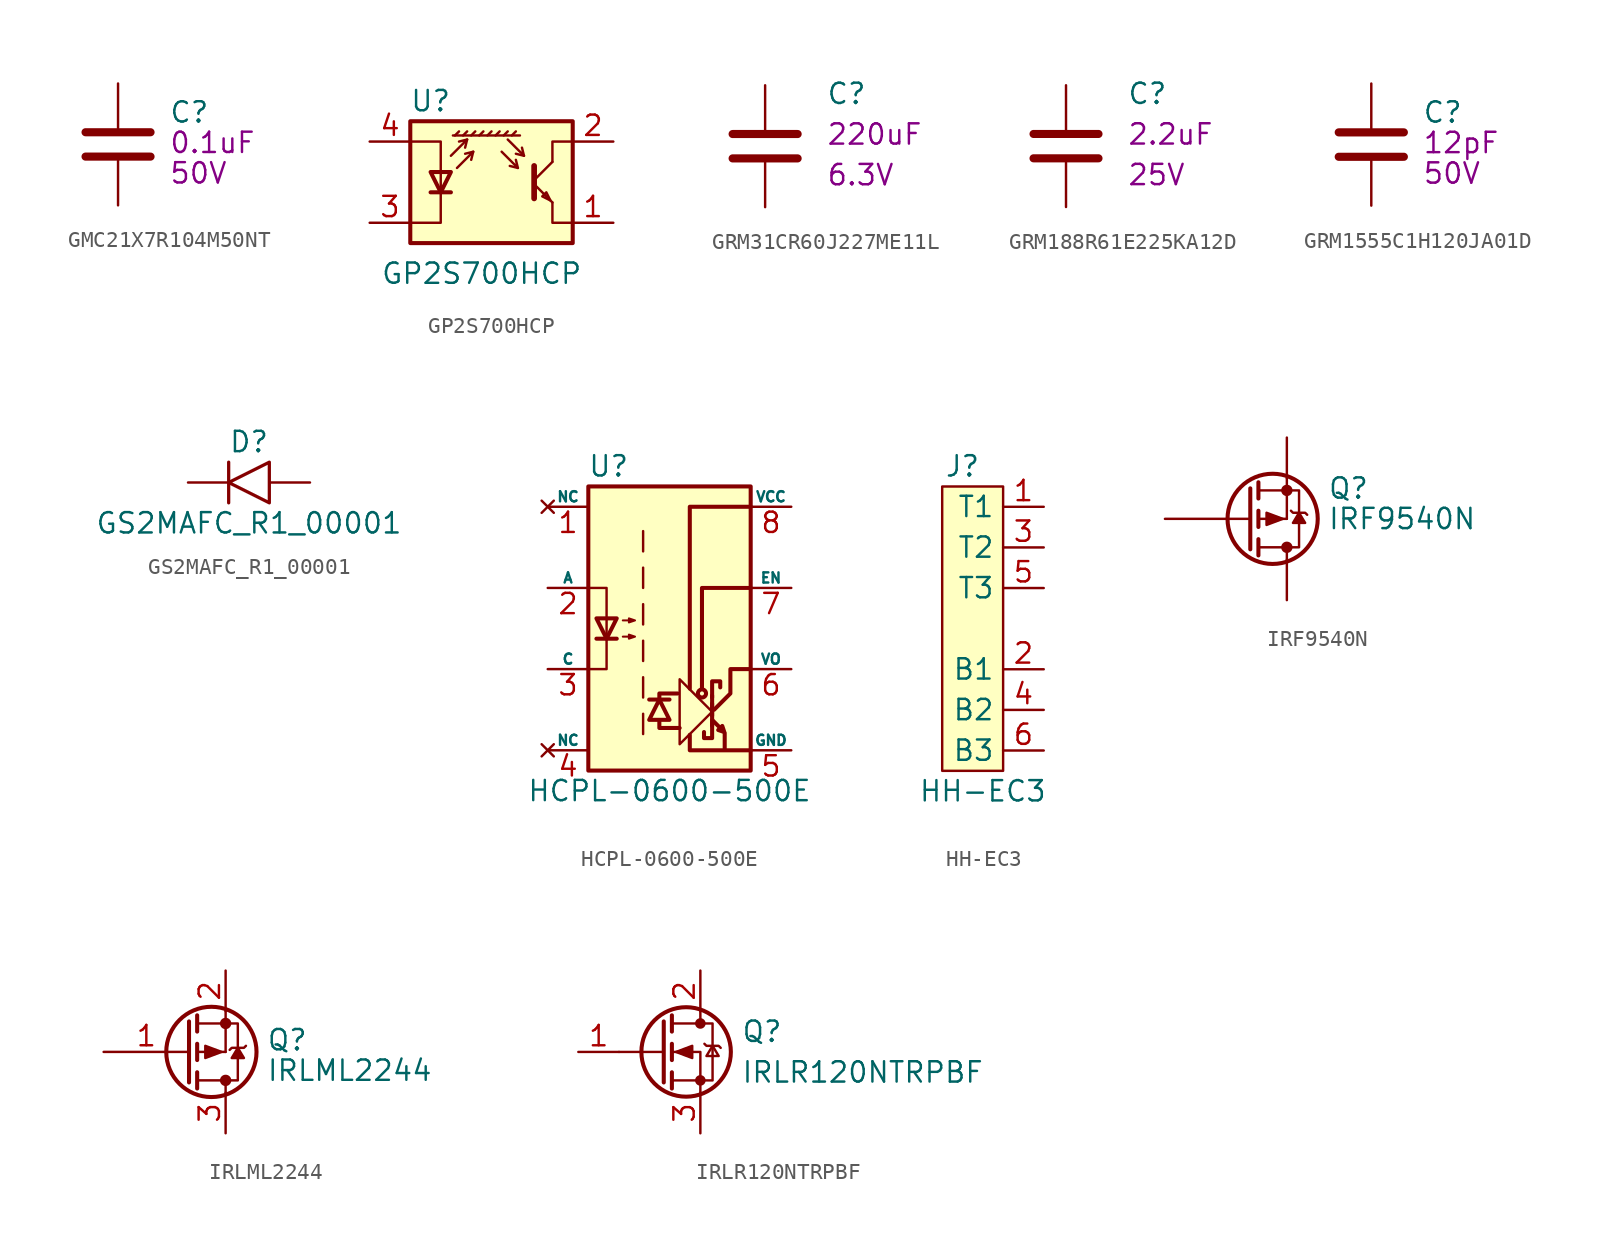
<source format=kicad_sym>
(kicad_symbol_lib
  (version 20210619)
  (generator kicad_symbol_editor)
  (symbol "custom:GMC21X7R104M50NT"
    (pin_numbers hide)
    (pin_names
      (offset 0) hide)
    (property "Reference" "C"
      (at 3.175 1.27 0)
      (effects (font (size 1.27 1.27)) (justify left bottom)))
    (property "Capacitance" "0.1uF"
      (at 3.175 -0.635 0)
      (effects (font (size 1.27 1.27)) (justify left bottom)))
    (property "RATING" "50V"
      (at 3.175 -2.54 0)
      (effects (font (size 1.27 1.27)) (justify left bottom)))
    (symbol "GMC21X7R104M50NT_0_1"
      (polyline (pts (xy -2.032 -0.762) (xy 2.032 -0.762)) (stroke (width 0.508)) (fill (type none)))
      (polyline (pts (xy -2.032 0.762) (xy 2.032 0.762)) (stroke (width 0.508)) (fill (type none))))
    (symbol "GMC21X7R104M50NT_1_1"
      (pin passive line (at 0 3.81 270) (length 2.794) (name "~" (effects (font (size 1.27 1.27)))) (number "1" (effects (font (size 1.27 1.27)))))
      (pin passive line (at 0 -3.81 90) (length 2.794) (name "~" (effects (font (size 1.27 1.27)))) (number "2" (effects (font (size 1.27 1.27)))))))
  (symbol "custom:GP2S700HCP"
    (pin_names
      (offset 0.025) hide)
    (property "Reference" "U"
      (at -3.81 5.08 0)
      (effects (font (size 1.27 1.27))))
    (property "Value" "GP2S700HCP"
      (at 5.715 -5.715 0)
      (effects (font (size 1.27 1.27)) (justify right)))
    (symbol "GP2S700HCP_0_1"
      (polyline (pts (xy -3.81 -0.635) (xy -2.54 -0.635)) (stroke (width 0.254)) (fill (type none)))
      (polyline (pts (xy -2.286 2.921) (xy -2.032 3.175)) (stroke (width 0)) (fill (type none)))
      (polyline (pts (xy -1.778 2.921) (xy -1.524 3.175)) (stroke (width 0)) (fill (type none)))
      (polyline (pts (xy -1.524 2.667) (xy -1.651 2.159)) (stroke (width 0)) (fill (type none)))
      (polyline (pts (xy -1.27 2.921) (xy -1.016 3.175)) (stroke (width 0)) (fill (type none)))
      (polyline (pts (xy -1.143 1.905) (xy -1.27 1.397)) (stroke (width 0)) (fill (type none)))
      (polyline (pts (xy -0.762 2.921) (xy -0.508 3.175)) (stroke (width 0)) (fill (type none)))
      (polyline (pts (xy -0.254 2.921) (xy 0 3.175)) (stroke (width 0)) (fill (type none)))
      (polyline (pts (xy 0.254 2.921) (xy 0.508 3.175)) (stroke (width 0)) (fill (type none)))
      (polyline (pts (xy 0.762 2.921) (xy 1.016 3.175)) (stroke (width 0)) (fill (type none)))
      (polyline (pts (xy 1.27 2.921) (xy 1.524 3.175)) (stroke (width 0)) (fill (type none)))
      (polyline (pts (xy 1.651 0.889) (xy 1.143 1.016)) (stroke (width 0)) (fill (type none)))
      (polyline (pts (xy 1.778 2.921) (xy -2.413 2.921)) (stroke (width 0)) (fill (type none)))
      (polyline (pts (xy 2.032 1.651) (xy 1.524 1.778)) (stroke (width 0)) (fill (type none)))
      (polyline (pts (xy 2.667 -0.127) (xy 3.81 -1.27)) (stroke (width 0)) (fill (type none)))
      (polyline (pts (xy 2.667 0.127) (xy 3.81 1.27)) (stroke (width 0)) (fill (type none)))
      (polyline (pts (xy -2.54 1.651) (xy -1.524 2.667) (xy -2.032 2.54)) (stroke (width 0)) (fill (type none)))
      (polyline (pts (xy -2.159 0.889) (xy -1.143 1.905) (xy -1.651 1.778)) (stroke (width 0)) (fill (type none)))
      (polyline (pts (xy 0.635 1.905) (xy 1.651 0.889) (xy 1.524 1.397)) (stroke (width 0)) (fill (type none)))
      (polyline (pts (xy 1.016 2.667) (xy 2.032 1.651) (xy 1.905 2.159)) (stroke (width 0)) (fill (type none)))
      (polyline (pts (xy 2.667 1.016) (xy 2.667 -1.016) (xy 2.667 -1.016)) (stroke (width 0.356)) (fill (type none)))
      (polyline (pts (xy 3.81 -1.27) (xy 3.81 -2.54) (xy 5.08 -2.54)) (stroke (width 0)) (fill (type none)))
      (polyline (pts (xy 3.81 1.27) (xy 3.81 2.54) (xy 5.08 2.54)) (stroke (width 0)) (fill (type none)))
      (polyline (pts (xy -5.08 -2.54) (xy -3.175 -2.54) (xy -3.175 2.54) (xy -5.08 2.54)) (stroke (width 0)) (fill (type none)))
      (polyline (pts (xy -3.175 -0.635) (xy -3.81 0.635) (xy -2.54 0.635) (xy -3.175 -0.635)) (stroke (width 0.254)) (fill (type none)))
      (polyline (pts (xy 3.683 -1.143) (xy 3.429 -0.635) (xy 3.175 -0.889) (xy 3.683 -1.143)) (stroke (width 0)) (fill (type none)))
      (polyline (pts (xy -5.08 -3.81) (xy 5.08 -3.81) (xy 5.08 3.81) (xy -5.08 3.81) (xy -5.08 -3.81)) (stroke (width 0.254)) (fill (type background))))
    (symbol "GP2S700HCP_1_1"
      (pin open_emitter line (at 7.62 -2.54 180) (length 2.54) (name "E" (effects (font (size 1.27 1.27)))) (number "1" (effects (font (size 1.27 1.27)))))
      (pin open_collector line (at 7.62 2.54 180) (length 2.54) (name "C" (effects (font (size 1.27 1.27)))) (number "2" (effects (font (size 1.27 1.27)))))
      (pin passive line (at -7.62 -2.54 0) (length 2.54) (name "K" (effects (font (size 1.27 1.27)))) (number "3" (effects (font (size 1.27 1.27)))))
      (pin passive line (at -7.62 2.54 0) (length 2.54) (name "A" (effects (font (size 1.27 1.27)))) (number "4" (effects (font (size 1.27 1.27)))))))
  (symbol "custom:GRM31CR60J227ME11L"
    (pin_numbers hide)
    (pin_names
      (offset 0) hide)
    (property "Reference" "C"
      (at 3.81 2.54 0)
      (effects (font (size 1.27 1.27)) (justify left bottom)))
    (property "Capacitance" "220uF"
      (at 3.81 0 0)
      (effects (font (size 1.27 1.27)) (justify left bottom)))
    (property "Rating" "6.3V"
      (at 3.81 -2.54 0)
      (effects (font (size 1.27 1.27)) (justify left bottom)))
    (symbol "GRM31CR60J227ME11L_0_1"
      (polyline (pts (xy -2.032 -0.762) (xy 2.032 -0.762)) (stroke (width 0.508)) (fill (type none)))
      (polyline (pts (xy -2.032 0.762) (xy 2.032 0.762)) (stroke (width 0.508)) (fill (type none))))
    (symbol "GRM31CR60J227ME11L_1_1"
      (pin passive line (at 0 3.81 270) (length 2.794) (name "~" (effects (font (size 1.27 1.27)))) (number "1" (effects (font (size 1.27 1.27)))))
      (pin passive line (at 0 -3.81 90) (length 2.794) (name "~" (effects (font (size 1.27 1.27)))) (number "2" (effects (font (size 1.27 1.27)))))))
  (symbol "custom:GRM188R61E225KA12D"
    (pin_numbers hide)
    (pin_names
      (offset 0) hide)
    (property "Reference" "C"
      (at 3.81 2.54 0)
      (effects (font (size 1.27 1.27)) (justify left bottom)))
    (property "Capacitance" "2.2uF"
      (at 3.81 0 0)
      (effects (font (size 1.27 1.27)) (justify left bottom)))
    (property "Rating" "25V"
      (at 3.81 -2.54 0)
      (effects (font (size 1.27 1.27)) (justify left bottom)))
    (symbol "GRM188R61E225KA12D_0_1"
      (polyline (pts (xy -2.032 -0.762) (xy 2.032 -0.762)) (stroke (width 0.508)) (fill (type none)))
      (polyline (pts (xy -2.032 0.762) (xy 2.032 0.762)) (stroke (width 0.508)) (fill (type none))))
    (symbol "GRM188R61E225KA12D_1_1"
      (pin passive line (at 0 3.81 270) (length 2.794) (name "~" (effects (font (size 1.27 1.27)))) (number "1" (effects (font (size 1.27 1.27)))))
      (pin passive line (at 0 -3.81 90) (length 2.794) (name "~" (effects (font (size 1.27 1.27)))) (number "2" (effects (font (size 1.27 1.27)))))))
  (symbol "custom:GRM1555C1H120JA01D"
    (pin_numbers hide)
    (pin_names
      (offset 0) hide)
    (property "Reference" "C"
      (at 3.175 1.27 0)
      (effects (font (size 1.27 1.27)) (justify left bottom)))
    (property "Capacitance" "12pF"
      (at 3.175 -0.635 0)
      (effects (font (size 1.27 1.27)) (justify left bottom)))
    (property "RATING" "50V"
      (at 3.175 -2.54 0)
      (effects (font (size 1.27 1.27)) (justify left bottom)))
    (symbol "GRM1555C1H120JA01D_0_1"
      (polyline (pts (xy -2.032 -0.762) (xy 2.032 -0.762)) (stroke (width 0.508)) (fill (type none)))
      (polyline (pts (xy -2.032 0.762) (xy 2.032 0.762)) (stroke (width 0.508)) (fill (type none))))
    (symbol "GRM1555C1H120JA01D_1_1"
      (pin passive line (at 0 3.81 270) (length 2.794) (name "~" (effects (font (size 1.27 1.27)))) (number "1" (effects (font (size 1.27 1.27)))))
      (pin passive line (at 0 -3.81 90) (length 2.794) (name "~" (effects (font (size 1.27 1.27)))) (number "2" (effects (font (size 1.27 1.27)))))))
  (symbol "custom:GS2MAFC_R1_00001"
    (pin_numbers hide)
    (pin_names
      (offset 1.016) hide)
    (property "Reference" "D"
      (at 0 2.54 0)
      (effects (font (size 1.27 1.27))))
    (property "Value" "GS2MAFC_R1_00001"
      (at 0 -2.54 0)
      (effects (font (size 1.27 1.27))))
    (symbol "GS2MAFC_R1_00001_0_1"
      (polyline (pts (xy -1.27 1.27) (xy -1.27 -1.27)) (stroke (width 0.203)) (fill (type none)))
      (polyline (pts (xy 1.27 1.27) (xy 1.27 -1.27) (xy -1.27 0) (xy 1.27 1.27)) (stroke (width 0.203)) (fill (type none))))
    (symbol "GS2MAFC_R1_00001_1_1"
      (pin passive line (at -3.81 0 0) (length 2.54) (name "K" (effects (font (size 1.27 1.27)))) (number "1" (effects (font (size 1.27 1.27)))))
      (pin passive line (at 3.81 0 180) (length 2.54) (name "A" (effects (font (size 1.27 1.27)))) (number "2" (effects (font (size 1.27 1.27)))))))
  (symbol "custom:HCPL-0600-500E"
    (pin_names
      (offset 0))
    (property "Reference" "U"
      (at -3.81 10.16 0)
      (effects (font (size 1.27 1.27))))
    (property "Value" "HCPL-0600-500E"
      (at 0 -10.16 0)
      (effects (font (size 1.27 1.27))))
    (symbol "HCPL-0600-500E_0_1"
      (circle (center 2.032 -4.064) (radius 0.254) (stroke (width 0.254)) (fill (type none)))
      (polyline (pts (xy 2.667 -6.096) (xy 2.667 -4.191)) (stroke (width 0.254)) (fill (type none)))
      (polyline (pts (xy 2.667 -4.699) (xy 2.667 -5.461)) (stroke (width 0.254)) (fill (type none)))
      (polyline (pts (xy 3.454 -6.553) (xy 3.454 -7.569)) (stroke (width 0.254)) (fill (type none)))
      (polyline (pts (xy -0.635 -5.842) (xy -0.635 -6.223) (xy 0.635 -6.223)) (stroke (width 0.254)) (fill (type none)))
      (polyline (pts (xy -0.635 -4.445) (xy -0.635 -4.064) (xy 0.508 -4.064)) (stroke (width 0.254)) (fill (type none)))
      (polyline (pts (xy 1.27 -6.655) (xy 1.27 -7.62) (xy 5.08 -7.62)) (stroke (width 0.254)) (fill (type none)))
      (polyline (pts (xy 1.27 -3.759) (xy 1.27 7.62) (xy 5.08 7.62)) (stroke (width 0.254)) (fill (type none)))
      (polyline (pts (xy 2.032 -3.759) (xy 2.032 2.54) (xy 5.08 2.54)) (stroke (width 0.254)) (fill (type none)))
      (polyline (pts (xy -5.08 -2.54) (xy -3.937 -2.54) (xy -3.937 2.54) (xy -5.08 2.54)) (stroke (width 0)) (fill (type none)))
      (polyline (pts (xy 2.667 -5.842) (xy 2.667 -6.858) (xy 2.159 -6.858) (xy 2.159 -6.477)) (stroke (width 0.254)) (fill (type none)))
      (polyline (pts (xy 2.667 -5.207) (xy 0.635 -7.239) (xy 0.635 -3.175) (xy 2.667 -5.207)) (stroke (width 0)) (fill (type none)))
      (polyline (pts (xy 2.667 -4.318) (xy 2.667 -3.302) (xy 3.175 -3.302) (xy 3.175 -3.683)) (stroke (width 0.254)) (fill (type none)))
      (polyline (pts (xy 2.794 -5.08) (xy 3.81 -4.064) (xy 3.81 -2.54) (xy 5.08 -2.54)) (stroke (width 0.254)) (fill (type none)))
      (polyline (pts (xy 2.667 -5.715) (xy 3.429 -6.477) (xy 3.302 -6.096) (xy 3.048 -6.35) (xy 3.429 -6.477)) (stroke (width 0.254)) (fill (type none))))
    (symbol "HCPL-0600-500E_1_1"
      (rectangle (start -5.08 8.89) (end 5.08 -8.89) (stroke (width 0.254)) (fill (type background)))
      (polyline (pts (xy -4.572 -0.635) (xy -3.302 -0.635)) (stroke (width 0.254)) (fill (type none)))
      (polyline (pts (xy -1.651 -5.334) (xy -1.651 -6.604)) (stroke (width 0)) (fill (type none)))
      (polyline (pts (xy -1.651 -3.048) (xy -1.651 -4.318)) (stroke (width 0)) (fill (type none)))
      (polyline (pts (xy -1.651 -0.762) (xy -1.651 -2.032)) (stroke (width 0)) (fill (type none)))
      (polyline (pts (xy -1.651 1.524) (xy -1.651 0.254)) (stroke (width 0)) (fill (type none)))
      (polyline (pts (xy -1.651 3.81) (xy -1.651 2.54)) (stroke (width 0)) (fill (type none)))
      (polyline (pts (xy -1.651 6.096) (xy -1.651 4.826)) (stroke (width 0)) (fill (type none)))
      (polyline (pts (xy -1.27 -4.445) (xy 0 -4.445)) (stroke (width 0.254)) (fill (type none)))
      (polyline (pts (xy -3.937 -0.635) (xy -4.572 0.635) (xy -3.302 0.635) (xy -3.937 -0.635)) (stroke (width 0.254)) (fill (type none)))
      (polyline (pts (xy -0.635 -4.445) (xy -1.27 -5.715) (xy 0 -5.715) (xy -0.635 -4.445)) (stroke (width 0.254)) (fill (type none)))
      (polyline (pts (xy -2.921 -0.508) (xy -2.159 -0.508) (xy -2.54 -0.635) (xy -2.54 -0.381) (xy -2.159 -0.508)) (stroke (width 0.127)) (fill (type none)))
      (polyline (pts (xy -2.921 0.508) (xy -2.159 0.508) (xy -2.54 0.381) (xy -2.54 0.635) (xy -2.159 0.508)) (stroke (width 0.127)) (fill (type none)))
      (pin no_connect line (at -7.62 7.62 0) (length 2.54) (name "NC" (effects (font (size 0.635 0.635)))) (number "1" (effects (font (size 1.27 1.27)))))
      (pin passive line (at -7.62 2.54 0) (length 2.54) (name "A" (effects (font (size 0.635 0.635)))) (number "2" (effects (font (size 1.27 1.27)))))
      (pin passive line (at -7.62 -2.54 0) (length 2.54) (name "C" (effects (font (size 0.635 0.635)))) (number "3" (effects (font (size 1.27 1.27)))))
      (pin no_connect line (at -7.62 -7.62 0) (length 2.54) (name "NC" (effects (font (size 0.635 0.635)))) (number "4" (effects (font (size 1.27 1.27)))))
      (pin power_in line (at 7.62 -7.62 180) (length 2.54) (name "GND" (effects (font (size 0.635 0.635)))) (number "5" (effects (font (size 1.27 1.27)))))
      (pin open_collector line (at 7.62 -2.54 180) (length 2.54) (name "VO" (effects (font (size 0.635 0.635)))) (number "6" (effects (font (size 1.27 1.27)))))
      (pin input line (at 7.62 2.54 180) (length 2.54) (name "EN" (effects (font (size 0.635 0.635)))) (number "7" (effects (font (size 1.27 1.27)))))
      (pin power_in line (at 7.62 7.62 180) (length 2.54) (name "VCC" (effects (font (size 0.635 0.635)))) (number "8" (effects (font (size 1.27 1.27)))))))
  (symbol "custom:HH-EC3"
    (property "Reference" "J"
      (at -5.08 10.16 0)
      (effects (font (size 1.27 1.27))))
    (property "Value" "HH-EC3"
      (at -3.81 -10.16 0)
      (effects (font (size 1.27 1.27))))
    (symbol "HH-EC3_0_1"
      (rectangle (start -2.54 -8.89) (end -6.35 8.89) (stroke (width 0.152)) (fill (type background))))
    (symbol "HH-EC3_1_1"
      (pin unspecified line (at 0 7.62 180) (length 2.54) (name "T1" (effects (font (size 1.27 1.27)))) (number "1" (effects (font (size 1.27 1.27)))))
      (pin unspecified line (at 0 -2.54 180) (length 2.54) (name "B1" (effects (font (size 1.27 1.27)))) (number "2" (effects (font (size 1.27 1.27)))))
      (pin unspecified line (at 0 5.08 180) (length 2.54) (name "T2" (effects (font (size 1.27 1.27)))) (number "3" (effects (font (size 1.27 1.27)))))
      (pin unspecified line (at 0 -5.08 180) (length 2.54) (name "B2" (effects (font (size 1.27 1.27)))) (number "4" (effects (font (size 1.27 1.27)))))
      (pin unspecified line (at 0 2.54 180) (length 2.54) (name "T3" (effects (font (size 1.27 1.27)))) (number "5" (effects (font (size 1.27 1.27)))))
      (pin unspecified line (at 0 -7.62 180) (length 2.54) (name "B3" (effects (font (size 1.27 1.27)))) (number "6" (effects (font (size 1.27 1.27)))))))
  (symbol "custom:IRF9540N"
    (pin_numbers hide)
    (pin_names
      (offset 0) hide)
    (property "Reference" "Q"
      (at 5.08 1.905 0)
      (effects (font (size 1.27 1.27)) (justify left)))
    (property "Value" "IRF9540N"
      (at 5.08 0 0)
      (effects (font (size 1.27 1.27)) (justify left)))
    (symbol "IRF9540N_0_1"
      (circle (center 1.651 0) (radius 2.819) (stroke (width 0.254)) (fill (type none)))
      (circle (center 2.54 -1.778) (radius 0.279) (stroke (width 0)) (fill (type outline)))
      (circle (center 2.54 1.778) (radius 0.279) (stroke (width 0)) (fill (type outline)))
      (polyline (pts (xy 0.762 -1.778) (xy 2.54 -1.778)) (stroke (width 0)) (fill (type none)))
      (polyline (pts (xy 0.762 -1.27) (xy 0.762 -2.286)) (stroke (width 0.254)) (fill (type none)))
      (polyline (pts (xy 0.762 0) (xy 2.54 0)) (stroke (width 0)) (fill (type none)))
      (polyline (pts (xy 0.762 0.508) (xy 0.762 -0.508)) (stroke (width 0.254)) (fill (type none)))
      (polyline (pts (xy 0.762 1.778) (xy 2.54 1.778)) (stroke (width 0)) (fill (type none)))
      (polyline (pts (xy 0.762 2.286) (xy 0.762 1.27)) (stroke (width 0.254)) (fill (type none)))
      (polyline (pts (xy 2.54 -1.778) (xy 2.54 -2.54)) (stroke (width 0)) (fill (type none)))
      (polyline (pts (xy 2.54 0) (xy 2.54 1.778)) (stroke (width 0)) (fill (type none)))
      (polyline (pts (xy 2.54 2.54) (xy 2.54 1.778)) (stroke (width 0)) (fill (type none)))
      (polyline (pts (xy 0.254 1.905) (xy 0.254 -1.905) (xy 0.254 -1.905)) (stroke (width 0.254)) (fill (type none)))
      (polyline (pts (xy 2.54 -1.778) (xy 3.302 -1.778) (xy 3.302 1.778) (xy 2.54 1.778)) (stroke (width 0)) (fill (type none)))
      (polyline (pts (xy 3.81 0.254) (xy 3.683 0.381) (xy 2.921 0.381) (xy 2.794 0.508)) (stroke (width 0)) (fill (type none)))
      (polyline (pts (xy 2.286 0) (xy 1.27 -0.381) (xy 1.27 0.381) (xy 2.286 0)) (stroke (width 0)) (fill (type outline)))
      (polyline (pts (xy 3.302 0.381) (xy 2.921 -0.254) (xy 3.683 -0.254) (xy 3.302 0.381)) (stroke (width 0)) (fill (type outline))))
    (symbol "IRF9540N_1_1"
      (pin input line (at -5.08 0 0) (length 5.334) (name "G" (effects (font (size 1.27 1.27)))) (number "1" (effects (font (size 1.27 1.27)))))
      (pin passive line (at 2.54 -5.08 90) (length 2.54) (name "D" (effects (font (size 1.27 1.27)))) (number "2" (effects (font (size 1.27 1.27)))))
      (pin passive line (at 2.54 5.08 270) (length 2.54) (name "S" (effects (font (size 1.27 1.27)))) (number "3" (effects (font (size 1.27 1.27)))))
      (pin passive line (at 2.54 -5.08 90) (length 2.54) hide (name "D" (effects (font (size 1.27 1.27)))) (number "4" (effects (font (size 1.27 1.27)))))))
  (symbol "custom:IRLML2244"
    (pin_names
      (offset 0) hide)
    (property "Reference" "Q"
      (at 5.08 0 0)
      (effects (font (size 1.27 1.27)) (justify left bottom)))
    (property "Value" "IRLML2244"
      (at 5.08 -1.905 0)
      (effects (font (size 1.27 1.27)) (justify left bottom)))
    (symbol "IRLML2244_0_1"
      (circle (center 1.651 0) (radius 2.819) (stroke (width 0.254)) (fill (type none)))
      (circle (center 2.54 -1.778) (radius 0.279) (stroke (width 0)) (fill (type outline)))
      (circle (center 2.54 1.778) (radius 0.279) (stroke (width 0)) (fill (type outline)))
      (polyline (pts (xy 0.762 -1.778) (xy 2.54 -1.778)) (stroke (width 0)) (fill (type none)))
      (polyline (pts (xy 0.762 -1.27) (xy 0.762 -2.286)) (stroke (width 0.254)) (fill (type none)))
      (polyline (pts (xy 0.762 0) (xy 2.54 0)) (stroke (width 0)) (fill (type none)))
      (polyline (pts (xy 0.762 0.508) (xy 0.762 -0.508)) (stroke (width 0.254)) (fill (type none)))
      (polyline (pts (xy 0.762 1.778) (xy 2.54 1.778)) (stroke (width 0)) (fill (type none)))
      (polyline (pts (xy 0.762 2.286) (xy 0.762 1.27)) (stroke (width 0.254)) (fill (type none)))
      (polyline (pts (xy 2.54 -1.778) (xy 2.54 -2.54)) (stroke (width 0)) (fill (type none)))
      (polyline (pts (xy 2.54 0) (xy 2.54 1.778)) (stroke (width 0)) (fill (type none)))
      (polyline (pts (xy 2.54 2.54) (xy 2.54 1.778)) (stroke (width 0)) (fill (type none)))
      (polyline (pts (xy 0.254 1.905) (xy 0.254 -1.905) (xy 0.254 -1.905)) (stroke (width 0.254)) (fill (type none)))
      (polyline (pts (xy 2.54 -1.778) (xy 3.302 -1.778) (xy 3.302 1.778) (xy 2.54 1.778)) (stroke (width 0)) (fill (type none)))
      (polyline (pts (xy 2.794 0.127) (xy 2.921 0.254) (xy 3.683 0.254) (xy 3.81 0.381)) (stroke (width 0)) (fill (type none)))
      (polyline (pts (xy 2.286 0) (xy 1.27 -0.381) (xy 1.27 0.381) (xy 2.286 0)) (stroke (width 0)) (fill (type outline)))
      (polyline (pts (xy 3.302 0.254) (xy 2.921 -0.381) (xy 3.683 -0.381) (xy 3.302 0.254)) (stroke (width 0)) (fill (type outline))))
    (symbol "IRLML2244_1_1"
      (pin input line (at -5.08 0 0) (length 5.334) (name "G" (effects (font (size 1.27 1.27)))) (number "1" (effects (font (size 1.27 1.27)))))
      (pin passive line (at 2.54 5.08 270) (length 2.54) (name "S" (effects (font (size 1.27 1.27)))) (number "2" (effects (font (size 1.27 1.27)))))
      (pin passive line (at 2.54 -5.08 90) (length 2.54) (name "D" (effects (font (size 1.27 1.27)))) (number "3" (effects (font (size 1.27 1.27)))))))
  (symbol "custom:IRLR120NTRPBF"
    (pin_names
      (offset 0) hide)
    (property "Reference" "Q"
      (at 5.08 1.27 0)
      (effects (font (size 1.27 1.27)) (justify left)))
    (property "Value" "IRLR120NTRPBF"
      (at 5.08 -1.27 0)
      (effects (font (size 1.27 1.27)) (justify left)))
    (symbol "IRLR120NTRPBF_0_1"
      (circle (center 1.651 0) (radius 2.794) (stroke (width 0.254)) (fill (type none)))
      (circle (center 2.54 -1.778) (radius 0.254) (stroke (width 0)) (fill (type outline)))
      (circle (center 2.54 1.778) (radius 0.254) (stroke (width 0)) (fill (type outline)))
      (polyline (pts (xy 0.254 0) (xy -2.54 0)) (stroke (width 0)) (fill (type none)))
      (polyline (pts (xy 0.254 1.905) (xy 0.254 -1.905)) (stroke (width 0.254)) (fill (type none)))
      (polyline (pts (xy 0.762 -1.27) (xy 0.762 -2.286)) (stroke (width 0.254)) (fill (type none)))
      (polyline (pts (xy 0.762 0.508) (xy 0.762 -0.508)) (stroke (width 0.254)) (fill (type none)))
      (polyline (pts (xy 0.762 2.286) (xy 0.762 1.27)) (stroke (width 0.254)) (fill (type none)))
      (polyline (pts (xy 2.54 2.54) (xy 2.54 1.778)) (stroke (width 0)) (fill (type none)))
      (polyline (pts (xy 2.54 -2.54) (xy 2.54 0) (xy 0.762 0)) (stroke (width 0)) (fill (type none)))
      (polyline (pts (xy 0.762 -1.778) (xy 3.302 -1.778) (xy 3.302 1.778) (xy 0.762 1.778)) (stroke (width 0)) (fill (type none)))
      (polyline (pts (xy 2.794 0.508) (xy 2.921 0.381) (xy 3.683 0.381) (xy 3.81 0.254)) (stroke (width 0)) (fill (type none)))
      (polyline (pts (xy 3.302 0.381) (xy 2.921 -0.254) (xy 3.683 -0.254) (xy 3.302 0.381)) (stroke (width 0)) (fill (type none)))
      (polyline (pts (xy 1.016 0) (xy 2.032 0.381) (xy 2.032 -0.381) (xy 1.016 0)) (stroke (width 0)) (fill (type outline))))
    (symbol "IRLR120NTRPBF_1_1"
      (pin input line (at -5.08 0 0) (length 2.54) (name "G" (effects (font (size 1.27 1.27)))) (number "1" (effects (font (size 1.27 1.27)))))
      (pin passive line (at 2.54 5.08 270) (length 2.54) (name "D" (effects (font (size 1.27 1.27)))) (number "2" (effects (font (size 1.27 1.27)))))
      (pin passive line (at 2.54 -5.08 90) (length 2.54) (name "S" (effects (font (size 1.27 1.27)))) (number "3" (effects (font (size 1.27 1.27))))))))
</source>
